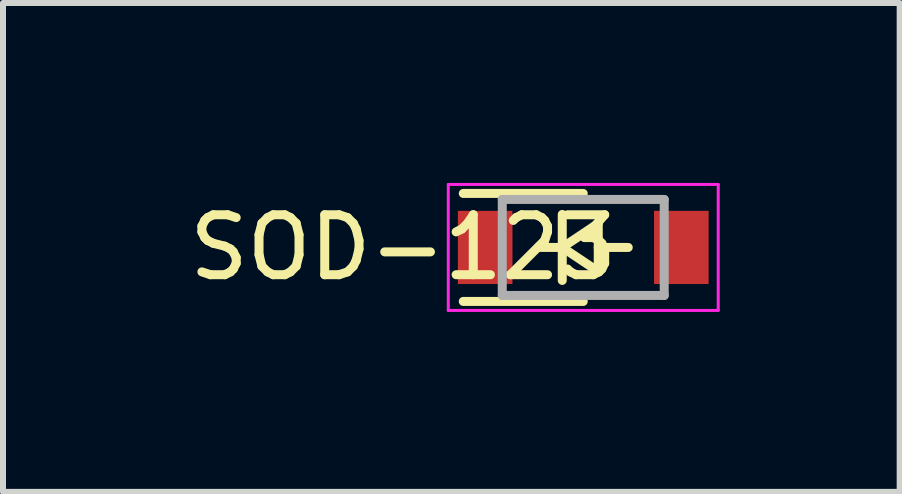
<source format=kicad_pcb>
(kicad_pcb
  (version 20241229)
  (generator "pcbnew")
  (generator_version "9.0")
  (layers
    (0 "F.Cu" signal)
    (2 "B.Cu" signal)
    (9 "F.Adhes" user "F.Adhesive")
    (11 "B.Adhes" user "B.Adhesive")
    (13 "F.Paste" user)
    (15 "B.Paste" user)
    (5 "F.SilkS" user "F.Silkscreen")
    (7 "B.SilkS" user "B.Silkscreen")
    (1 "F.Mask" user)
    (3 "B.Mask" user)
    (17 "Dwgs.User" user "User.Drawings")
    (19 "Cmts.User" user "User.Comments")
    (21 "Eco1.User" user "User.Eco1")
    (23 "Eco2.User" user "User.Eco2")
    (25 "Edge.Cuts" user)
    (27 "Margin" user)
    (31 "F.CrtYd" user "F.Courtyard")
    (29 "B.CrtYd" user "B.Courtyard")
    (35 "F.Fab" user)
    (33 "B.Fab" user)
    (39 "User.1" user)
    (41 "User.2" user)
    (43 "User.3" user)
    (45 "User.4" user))
  (footprint "SOD-123"
    (layer "F.Cu")
    (at 6.673 1.075)
    (property "Reference" "SOD-123" (at -3 0 0) (layer "F.SilkS") (effects (font (size 1 1) (thickness 0.15))))
    (attr smd)
    (fp_line (start -2 -0.9) (end 0 -0.9) (stroke (width 0.15) (type solid)) (layer "F.SilkS"))
    (fp_line (start -2 0.9) (end 0 0.9) (stroke (width 0.15) (type solid)) (layer "F.SilkS"))
    (fp_line (start -0.75 0) (end -0.35 0) (stroke (width 0.15) (type solid)) (layer "F.SilkS"))
    (fp_line (start -0.35 0) (end -0.35 -0.55) (stroke (width 0.15) (type solid)) (layer "F.SilkS"))
    (fp_line (start -0.35 0) (end -0.35 0.55) (stroke (width 0.15) (type solid)) (layer "F.SilkS"))
    (fp_line (start -0.35 0) (end 0.25 -0.4) (stroke (width 0.15) (type solid)) (layer "F.SilkS"))
    (fp_line (start 0.25 -0.4) (end 0.25 0.4) (stroke (width 0.15) (type solid)) (layer "F.SilkS"))
    (fp_line (start 0.25 0) (end 0.75 0) (stroke (width 0.15) (type solid)) (layer "F.SilkS"))
    (fp_line (start 0.25 0.4) (end -0.35 0) (stroke (width 0.15) (type solid)) (layer "F.SilkS"))
    (fp_line (start -2.25 -1.05) (end -2.25 1.05) (stroke (width 0.05) (type solid)) (layer "F.CrtYd"))
    (fp_line (start -2.25 -1.05) (end 2.25 -1.05) (stroke (width 0.05) (type solid)) (layer "F.CrtYd"))
    (fp_line (start 2.25 -1.05) (end 2.25 1.05) (stroke (width 0.05) (type solid)) (layer "F.CrtYd"))
    (fp_line (start 2.25 1.05) (end -2.25 1.05) (stroke (width 0.05) (type solid)) (layer "F.CrtYd"))
    (fp_line (start -1.35 -0.8) (end 1.35 -0.8) (stroke (width 0.15) (type solid)) (layer "F.Fab"))
    (fp_line (start -1.35 0.8) (end -1.35 -0.8) (stroke (width 0.15) (type solid)) (layer "F.Fab"))
    (fp_line (start 1.35 -0.8) (end 1.35 0.8) (stroke (width 0.15) (type solid)) (layer "F.Fab"))
    (fp_line (start 1.35 0.8) (end -1.35 0.8) (stroke (width 0.15) (type solid)) (layer "F.Fab"))
    (pad "1" smd rect (at -1.635 0) (size 0.91 1.22) (layers "F.Cu" "F.Mask" "F.Paste"))
    (pad "2" smd rect (at 1.635 0) (size 0.91 1.22) (layers "F.Cu" "F.Mask" "F.Paste")))
  (gr_rect
    (start -3 -3)
    (end 11.948 5.15)
    (stroke (width 0.1) (type default))
    (fill no)
    (layer "Edge.Cuts")))
</source>
